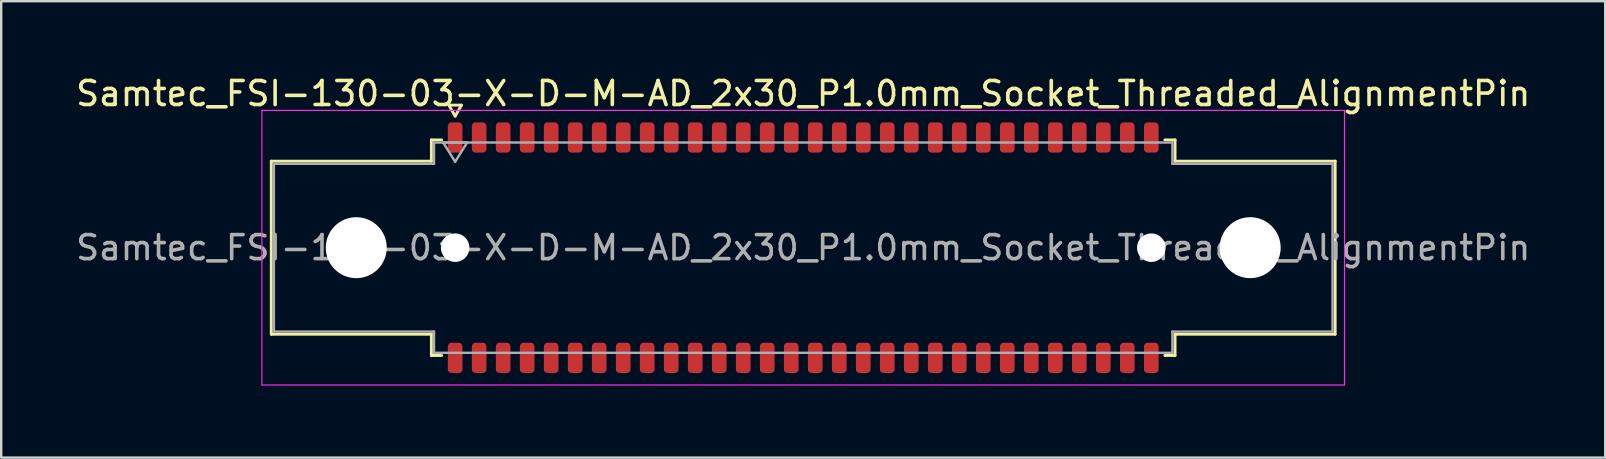
<source format=kicad_pcb>
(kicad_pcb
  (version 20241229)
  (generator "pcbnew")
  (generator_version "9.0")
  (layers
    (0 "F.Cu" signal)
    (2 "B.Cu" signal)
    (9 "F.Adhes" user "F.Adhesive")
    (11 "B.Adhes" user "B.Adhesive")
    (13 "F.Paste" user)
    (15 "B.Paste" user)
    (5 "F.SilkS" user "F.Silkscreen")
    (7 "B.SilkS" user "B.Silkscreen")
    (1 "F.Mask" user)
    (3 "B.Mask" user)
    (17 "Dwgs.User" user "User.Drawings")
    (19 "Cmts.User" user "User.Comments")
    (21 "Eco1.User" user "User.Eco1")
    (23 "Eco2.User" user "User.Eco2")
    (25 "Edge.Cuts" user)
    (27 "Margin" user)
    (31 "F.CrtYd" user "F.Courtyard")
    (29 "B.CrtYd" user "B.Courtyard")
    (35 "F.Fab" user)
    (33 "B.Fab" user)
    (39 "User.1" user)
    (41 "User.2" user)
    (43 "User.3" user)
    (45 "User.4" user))
  (footprint "Samtec_FSI-130-03-X-D-M-AD_2x30_P1.0mm_Socket_Threaded_AlignmentPin"
    (layer "F.Cu")
    (at 30.411 7.268)
    (property "Reference" "Samtec_FSI-130-03-X-D-M-AD_2x30_P1.0mm_Socket_Threaded_AlignmentPin" (at 0 -6.42 0) (layer "F.SilkS") (effects (font (size 1 1) (thickness 0.15))))
    (attr smd)
    (fp_line (start -22.16 -3.605) (end -15.49 -3.605) (stroke (width 0.12) (type solid)) (layer "F.SilkS"))
    (fp_line (start -22.16 3.605) (end -22.16 -3.605) (stroke (width 0.12) (type solid)) (layer "F.SilkS"))
    (fp_line (start -15.49 -4.49) (end -15.065 -4.49) (stroke (width 0.12) (type solid)) (layer "F.SilkS"))
    (fp_line (start -15.49 -3.605) (end -15.49 -4.49) (stroke (width 0.12) (type solid)) (layer "F.SilkS"))
    (fp_line (start -15.49 3.605) (end -22.16 3.605) (stroke (width 0.12) (type solid)) (layer "F.SilkS"))
    (fp_line (start -15.49 4.49) (end -15.49 3.605) (stroke (width 0.12) (type solid)) (layer "F.SilkS"))
    (fp_line (start -15.065 4.49) (end -15.49 4.49) (stroke (width 0.12) (type solid)) (layer "F.SilkS"))
    (fp_line (start -14.764 -5.938) (end -14.5 -5.48) (stroke (width 0.12) (type solid)) (layer "F.SilkS"))
    (fp_line (start -14.5 -5.48) (end -14.236 -5.938) (stroke (width 0.12) (type solid)) (layer "F.SilkS"))
    (fp_line (start -14.236 -5.938) (end -14.764 -5.938) (stroke (width 0.12) (type solid)) (layer "F.SilkS"))
    (fp_line (start 15.065 -4.49) (end 15.49 -4.49) (stroke (width 0.12) (type solid)) (layer "F.SilkS"))
    (fp_line (start 15.49 -4.49) (end 15.49 -3.605) (stroke (width 0.12) (type solid)) (layer "F.SilkS"))
    (fp_line (start 15.49 -3.605) (end 22.16 -3.605) (stroke (width 0.12) (type solid)) (layer "F.SilkS"))
    (fp_line (start 15.49 3.605) (end 15.49 4.49) (stroke (width 0.12) (type solid)) (layer "F.SilkS"))
    (fp_line (start 15.49 4.49) (end 15.065 4.49) (stroke (width 0.12) (type solid)) (layer "F.SilkS"))
    (fp_line (start 22.16 -3.605) (end 22.16 3.605) (stroke (width 0.12) (type solid)) (layer "F.SilkS"))
    (fp_line (start 22.16 3.605) (end 15.49 3.605) (stroke (width 0.12) (type solid)) (layer "F.SilkS"))
    (fp_line (start -22.55 -5.72) (end -22.55 5.72) (stroke (width 0.05) (type solid)) (layer "F.CrtYd"))
    (fp_line (start -22.55 5.72) (end 22.55 5.72) (stroke (width 0.05) (type solid)) (layer "F.CrtYd"))
    (fp_line (start 22.55 -5.72) (end -22.55 -5.72) (stroke (width 0.05) (type solid)) (layer "F.CrtYd"))
    (fp_line (start 22.55 5.72) (end 22.55 -5.72) (stroke (width 0.05) (type solid)) (layer "F.CrtYd"))
    (fp_line (start -22.05 -3.495) (end -15.38 -3.495) (stroke (width 0.1) (type solid)) (layer "F.Fab"))
    (fp_line (start -22.05 3.495) (end -22.05 -3.495) (stroke (width 0.1) (type solid)) (layer "F.Fab"))
    (fp_line (start -15.38 -4.38) (end 15.38 -4.38) (stroke (width 0.1) (type solid)) (layer "F.Fab"))
    (fp_line (start -15.38 -3.495) (end -15.38 -4.38) (stroke (width 0.1) (type solid)) (layer "F.Fab"))
    (fp_line (start -15.38 3.495) (end -22.05 3.495) (stroke (width 0.1) (type solid)) (layer "F.Fab"))
    (fp_line (start -15.38 4.38) (end -15.38 3.495) (stroke (width 0.1) (type solid)) (layer "F.Fab"))
    (fp_line (start -15 -4.38) (end -14.5 -3.58) (stroke (width 0.1) (type solid)) (layer "F.Fab"))
    (fp_line (start -14.5 -3.58) (end -14 -4.38) (stroke (width 0.1) (type solid)) (layer "F.Fab"))
    (fp_line (start -14 -4.38) (end -15 -4.38) (stroke (width 0.1) (type solid)) (layer "F.Fab"))
    (fp_line (start 15.38 -4.38) (end 15.38 -3.495) (stroke (width 0.1) (type solid)) (layer "F.Fab"))
    (fp_line (start 15.38 -3.495) (end 22.05 -3.495) (stroke (width 0.1) (type solid)) (layer "F.Fab"))
    (fp_line (start 15.38 3.495) (end 15.38 4.38) (stroke (width 0.1) (type solid)) (layer "F.Fab"))
    (fp_line (start 15.38 4.38) (end -15.38 4.38) (stroke (width 0.1) (type solid)) (layer "F.Fab"))
    (fp_line (start 22.05 -3.495) (end 22.05 3.495) (stroke (width 0.1) (type solid)) (layer "F.Fab"))
    (fp_line (start 22.05 3.495) (end 15.38 3.495) (stroke (width 0.1) (type solid)) (layer "F.Fab"))
    (fp_text user "${REFERENCE}" (at 0 0 0) (layer "F.Fab") (effects (font (size 1 1) (thickness 0.15))))
    (pad "" np_thru_hole circle (at -18.62 0) (size 2.54 2.54) (drill 2.54) (layers "*.Cu" "*.Mask"))
    (pad "" np_thru_hole circle (at -14.5 0) (size 1.19 1.19) (drill 1.19) (layers "*.Cu" "*.Mask"))
    (pad "" np_thru_hole circle (at 14.5 0) (size 1.19 1.19) (drill 1.19) (layers "*.Cu" "*.Mask"))
    (pad "" np_thru_hole circle (at 18.62 0) (size 2.54 2.54) (drill 2.54) (layers "*.Cu" "*.Mask"))
    (pad "1" smd roundrect (at -14.5 -4.59) (size 0.61 1.26) (layers "F.Cu" "F.Mask" "F.Paste") (roundrect_rratio 0.25))
    (pad "2" smd roundrect (at -14.5 4.59) (size 0.61 1.26) (layers "F.Cu" "F.Mask" "F.Paste") (roundrect_rratio 0.25))
    (pad "3" smd roundrect (at -13.5 -4.59) (size 0.61 1.26) (layers "F.Cu" "F.Mask" "F.Paste") (roundrect_rratio 0.25))
    (pad "4" smd roundrect (at -13.5 4.59) (size 0.61 1.26) (layers "F.Cu" "F.Mask" "F.Paste") (roundrect_rratio 0.25))
    (pad "5" smd roundrect (at -12.5 -4.59) (size 0.61 1.26) (layers "F.Cu" "F.Mask" "F.Paste") (roundrect_rratio 0.25))
    (pad "6" smd roundrect (at -12.5 4.59) (size 0.61 1.26) (layers "F.Cu" "F.Mask" "F.Paste") (roundrect_rratio 0.25))
    (pad "7" smd roundrect (at -11.5 -4.59) (size 0.61 1.26) (layers "F.Cu" "F.Mask" "F.Paste") (roundrect_rratio 0.25))
    (pad "8" smd roundrect (at -11.5 4.59) (size 0.61 1.26) (layers "F.Cu" "F.Mask" "F.Paste") (roundrect_rratio 0.25))
    (pad "9" smd roundrect (at -10.5 -4.59) (size 0.61 1.26) (layers "F.Cu" "F.Mask" "F.Paste") (roundrect_rratio 0.25))
    (pad "10" smd roundrect (at -10.5 4.59) (size 0.61 1.26) (layers "F.Cu" "F.Mask" "F.Paste") (roundrect_rratio 0.25))
    (pad "11" smd roundrect (at -9.5 -4.59) (size 0.61 1.26) (layers "F.Cu" "F.Mask" "F.Paste") (roundrect_rratio 0.25))
    (pad "12" smd roundrect (at -9.5 4.59) (size 0.61 1.26) (layers "F.Cu" "F.Mask" "F.Paste") (roundrect_rratio 0.25))
    (pad "13" smd roundrect (at -8.5 -4.59) (size 0.61 1.26) (layers "F.Cu" "F.Mask" "F.Paste") (roundrect_rratio 0.25))
    (pad "14" smd roundrect (at -8.5 4.59) (size 0.61 1.26) (layers "F.Cu" "F.Mask" "F.Paste") (roundrect_rratio 0.25))
    (pad "15" smd roundrect (at -7.5 -4.59) (size 0.61 1.26) (layers "F.Cu" "F.Mask" "F.Paste") (roundrect_rratio 0.25))
    (pad "16" smd roundrect (at -7.5 4.59) (size 0.61 1.26) (layers "F.Cu" "F.Mask" "F.Paste") (roundrect_rratio 0.25))
    (pad "17" smd roundrect (at -6.5 -4.59) (size 0.61 1.26) (layers "F.Cu" "F.Mask" "F.Paste") (roundrect_rratio 0.25))
    (pad "18" smd roundrect (at -6.5 4.59) (size 0.61 1.26) (layers "F.Cu" "F.Mask" "F.Paste") (roundrect_rratio 0.25))
    (pad "19" smd roundrect (at -5.5 -4.59) (size 0.61 1.26) (layers "F.Cu" "F.Mask" "F.Paste") (roundrect_rratio 0.25))
    (pad "20" smd roundrect (at -5.5 4.59) (size 0.61 1.26) (layers "F.Cu" "F.Mask" "F.Paste") (roundrect_rratio 0.25))
    (pad "21" smd roundrect (at -4.5 -4.59) (size 0.61 1.26) (layers "F.Cu" "F.Mask" "F.Paste") (roundrect_rratio 0.25))
    (pad "22" smd roundrect (at -4.5 4.59) (size 0.61 1.26) (layers "F.Cu" "F.Mask" "F.Paste") (roundrect_rratio 0.25))
    (pad "23" smd roundrect (at -3.5 -4.59) (size 0.61 1.26) (layers "F.Cu" "F.Mask" "F.Paste") (roundrect_rratio 0.25))
    (pad "24" smd roundrect (at -3.5 4.59) (size 0.61 1.26) (layers "F.Cu" "F.Mask" "F.Paste") (roundrect_rratio 0.25))
    (pad "25" smd roundrect (at -2.5 -4.59) (size 0.61 1.26) (layers "F.Cu" "F.Mask" "F.Paste") (roundrect_rratio 0.25))
    (pad "26" smd roundrect (at -2.5 4.59) (size 0.61 1.26) (layers "F.Cu" "F.Mask" "F.Paste") (roundrect_rratio 0.25))
    (pad "27" smd roundrect (at -1.5 -4.59) (size 0.61 1.26) (layers "F.Cu" "F.Mask" "F.Paste") (roundrect_rratio 0.25))
    (pad "28" smd roundrect (at -1.5 4.59) (size 0.61 1.26) (layers "F.Cu" "F.Mask" "F.Paste") (roundrect_rratio 0.25))
    (pad "29" smd roundrect (at -0.5 -4.59) (size 0.61 1.26) (layers "F.Cu" "F.Mask" "F.Paste") (roundrect_rratio 0.25))
    (pad "30" smd roundrect (at -0.5 4.59) (size 0.61 1.26) (layers "F.Cu" "F.Mask" "F.Paste") (roundrect_rratio 0.25))
    (pad "31" smd roundrect (at 0.5 -4.59) (size 0.61 1.26) (layers "F.Cu" "F.Mask" "F.Paste") (roundrect_rratio 0.25))
    (pad "32" smd roundrect (at 0.5 4.59) (size 0.61 1.26) (layers "F.Cu" "F.Mask" "F.Paste") (roundrect_rratio 0.25))
    (pad "33" smd roundrect (at 1.5 -4.59) (size 0.61 1.26) (layers "F.Cu" "F.Mask" "F.Paste") (roundrect_rratio 0.25))
    (pad "34" smd roundrect (at 1.5 4.59) (size 0.61 1.26) (layers "F.Cu" "F.Mask" "F.Paste") (roundrect_rratio 0.25))
    (pad "35" smd roundrect (at 2.5 -4.59) (size 0.61 1.26) (layers "F.Cu" "F.Mask" "F.Paste") (roundrect_rratio 0.25))
    (pad "36" smd roundrect (at 2.5 4.59) (size 0.61 1.26) (layers "F.Cu" "F.Mask" "F.Paste") (roundrect_rratio 0.25))
    (pad "37" smd roundrect (at 3.5 -4.59) (size 0.61 1.26) (layers "F.Cu" "F.Mask" "F.Paste") (roundrect_rratio 0.25))
    (pad "38" smd roundrect (at 3.5 4.59) (size 0.61 1.26) (layers "F.Cu" "F.Mask" "F.Paste") (roundrect_rratio 0.25))
    (pad "39" smd roundrect (at 4.5 -4.59) (size 0.61 1.26) (layers "F.Cu" "F.Mask" "F.Paste") (roundrect_rratio 0.25))
    (pad "40" smd roundrect (at 4.5 4.59) (size 0.61 1.26) (layers "F.Cu" "F.Mask" "F.Paste") (roundrect_rratio 0.25))
    (pad "41" smd roundrect (at 5.5 -4.59) (size 0.61 1.26) (layers "F.Cu" "F.Mask" "F.Paste") (roundrect_rratio 0.25))
    (pad "42" smd roundrect (at 5.5 4.59) (size 0.61 1.26) (layers "F.Cu" "F.Mask" "F.Paste") (roundrect_rratio 0.25))
    (pad "43" smd roundrect (at 6.5 -4.59) (size 0.61 1.26) (layers "F.Cu" "F.Mask" "F.Paste") (roundrect_rratio 0.25))
    (pad "44" smd roundrect (at 6.5 4.59) (size 0.61 1.26) (layers "F.Cu" "F.Mask" "F.Paste") (roundrect_rratio 0.25))
    (pad "45" smd roundrect (at 7.5 -4.59) (size 0.61 1.26) (layers "F.Cu" "F.Mask" "F.Paste") (roundrect_rratio 0.25))
    (pad "46" smd roundrect (at 7.5 4.59) (size 0.61 1.26) (layers "F.Cu" "F.Mask" "F.Paste") (roundrect_rratio 0.25))
    (pad "47" smd roundrect (at 8.5 -4.59) (size 0.61 1.26) (layers "F.Cu" "F.Mask" "F.Paste") (roundrect_rratio 0.25))
    (pad "48" smd roundrect (at 8.5 4.59) (size 0.61 1.26) (layers "F.Cu" "F.Mask" "F.Paste") (roundrect_rratio 0.25))
    (pad "49" smd roundrect (at 9.5 -4.59) (size 0.61 1.26) (layers "F.Cu" "F.Mask" "F.Paste") (roundrect_rratio 0.25))
    (pad "50" smd roundrect (at 9.5 4.59) (size 0.61 1.26) (layers "F.Cu" "F.Mask" "F.Paste") (roundrect_rratio 0.25))
    (pad "51" smd roundrect (at 10.5 -4.59) (size 0.61 1.26) (layers "F.Cu" "F.Mask" "F.Paste") (roundrect_rratio 0.25))
    (pad "52" smd roundrect (at 10.5 4.59) (size 0.61 1.26) (layers "F.Cu" "F.Mask" "F.Paste") (roundrect_rratio 0.25))
    (pad "53" smd roundrect (at 11.5 -4.59) (size 0.61 1.26) (layers "F.Cu" "F.Mask" "F.Paste") (roundrect_rratio 0.25))
    (pad "54" smd roundrect (at 11.5 4.59) (size 0.61 1.26) (layers "F.Cu" "F.Mask" "F.Paste") (roundrect_rratio 0.25))
    (pad "55" smd roundrect (at 12.5 -4.59) (size 0.61 1.26) (layers "F.Cu" "F.Mask" "F.Paste") (roundrect_rratio 0.25))
    (pad "56" smd roundrect (at 12.5 4.59) (size 0.61 1.26) (layers "F.Cu" "F.Mask" "F.Paste") (roundrect_rratio 0.25))
    (pad "57" smd roundrect (at 13.5 -4.59) (size 0.61 1.26) (layers "F.Cu" "F.Mask" "F.Paste") (roundrect_rratio 0.25))
    (pad "58" smd roundrect (at 13.5 4.59) (size 0.61 1.26) (layers "F.Cu" "F.Mask" "F.Paste") (roundrect_rratio 0.25))
    (pad "59" smd roundrect (at 14.5 -4.59) (size 0.61 1.26) (layers "F.Cu" "F.Mask" "F.Paste") (roundrect_rratio 0.25))
    (pad "60" smd roundrect (at 14.5 4.59) (size 0.61 1.26) (layers "F.Cu" "F.Mask" "F.Paste") (roundrect_rratio 0.25)))
  (gr_rect
    (start -3 -3)
    (end 63.821 16.013)
    (stroke (width 0.1) (type default))
    (fill no)
    (layer "Edge.Cuts")))
</source>
